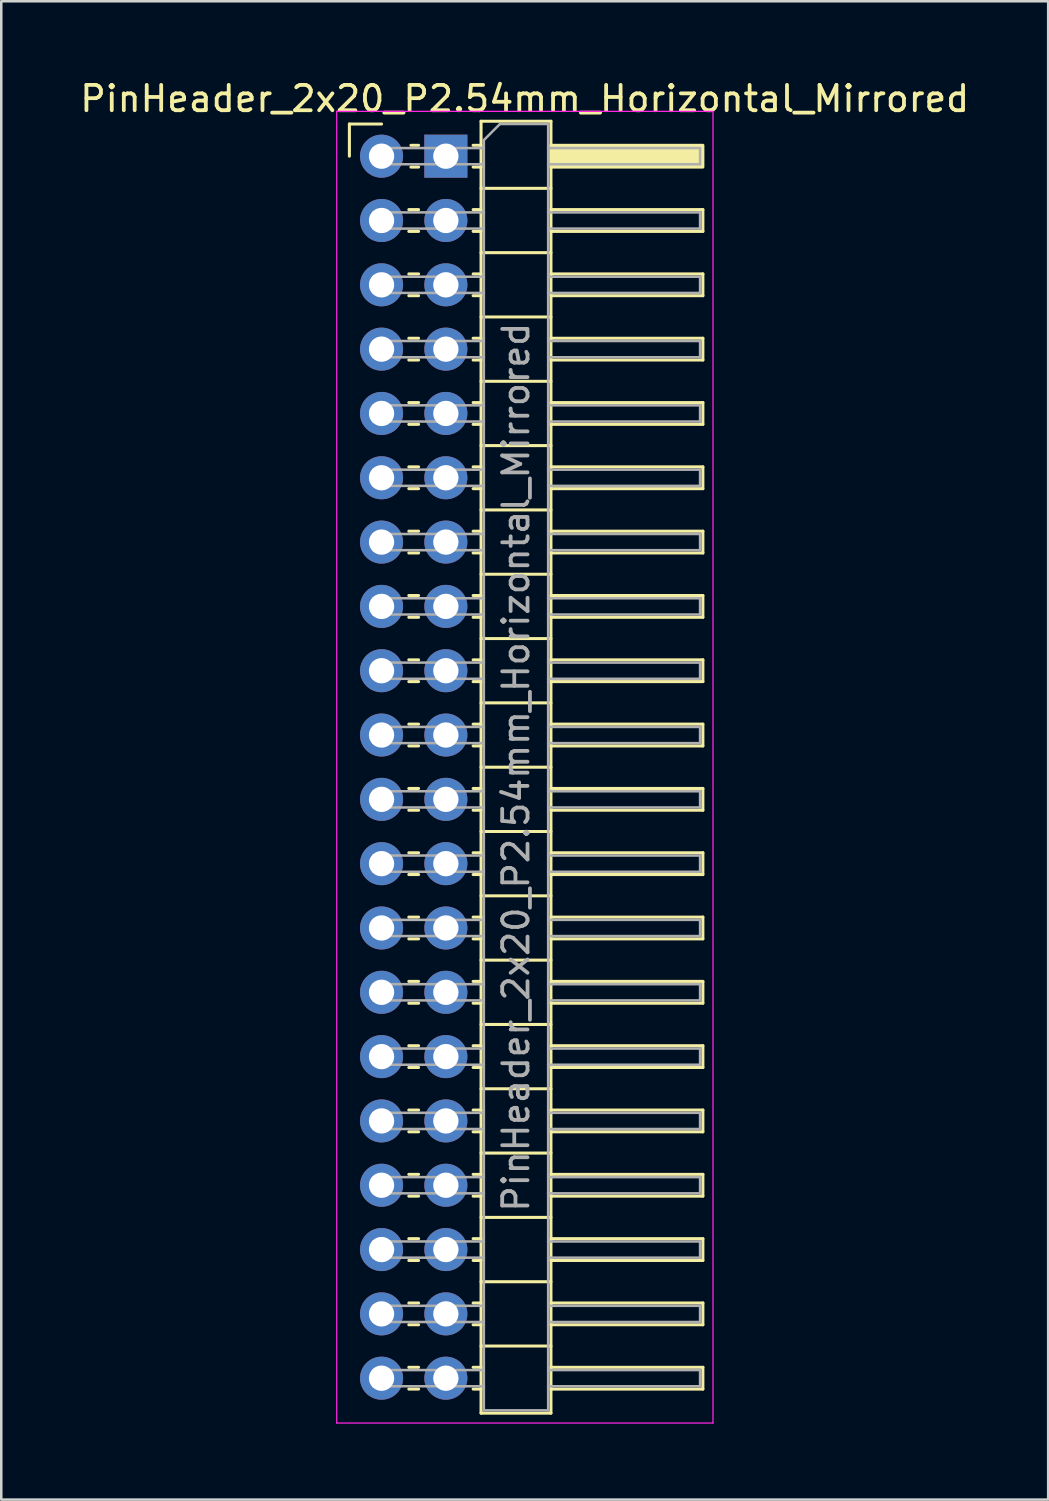
<source format=kicad_pcb>
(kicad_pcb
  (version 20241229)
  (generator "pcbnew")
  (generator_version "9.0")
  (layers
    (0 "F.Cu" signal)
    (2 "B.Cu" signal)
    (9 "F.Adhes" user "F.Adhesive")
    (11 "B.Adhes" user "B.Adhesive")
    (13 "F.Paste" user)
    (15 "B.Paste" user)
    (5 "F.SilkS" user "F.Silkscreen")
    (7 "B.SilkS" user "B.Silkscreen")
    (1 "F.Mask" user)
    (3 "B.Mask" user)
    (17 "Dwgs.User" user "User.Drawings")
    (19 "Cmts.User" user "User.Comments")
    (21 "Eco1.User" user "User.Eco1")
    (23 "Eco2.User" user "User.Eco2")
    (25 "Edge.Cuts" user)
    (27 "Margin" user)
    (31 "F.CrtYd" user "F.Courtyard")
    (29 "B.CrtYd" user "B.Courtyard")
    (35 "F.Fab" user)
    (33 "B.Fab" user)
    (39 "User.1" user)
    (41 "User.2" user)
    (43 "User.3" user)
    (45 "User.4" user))
  (footprint "PinHeader_2x20_P2.54mm_Horizontal_Mirrored"
    (layer "F.Cu")
    (at 12.018 3.118)
    (property "Reference" "PinHeader_2x20_P2.54mm_Horizontal_Mirrored" (at 5.655 -2.27 0) (layer "F.SilkS") (effects (font (size 1 1) (thickness 0.15))))
    (attr through_hole)
    (fp_line (start -1.27 -1.27) (end 0 -1.27) (stroke (width 0.12) (type solid)) (layer "F.SilkS"))
    (fp_line (start -1.27 0) (end -1.27 -1.27) (stroke (width 0.12) (type solid)) (layer "F.SilkS"))
    (fp_line (start 1.077 2.11) (end 1.463 2.11) (stroke (width 0.12) (type solid)) (layer "F.SilkS"))
    (fp_line (start 1.077 2.97) (end 1.463 2.97) (stroke (width 0.12) (type solid)) (layer "F.SilkS"))
    (fp_line (start 1.077 4.65) (end 1.463 4.65) (stroke (width 0.12) (type solid)) (layer "F.SilkS"))
    (fp_line (start 1.077 5.51) (end 1.463 5.51) (stroke (width 0.12) (type solid)) (layer "F.SilkS"))
    (fp_line (start 1.077 7.19) (end 1.463 7.19) (stroke (width 0.12) (type solid)) (layer "F.SilkS"))
    (fp_line (start 1.077 8.05) (end 1.463 8.05) (stroke (width 0.12) (type solid)) (layer "F.SilkS"))
    (fp_line (start 1.077 9.73) (end 1.463 9.73) (stroke (width 0.12) (type solid)) (layer "F.SilkS"))
    (fp_line (start 1.077 10.59) (end 1.463 10.59) (stroke (width 0.12) (type solid)) (layer "F.SilkS"))
    (fp_line (start 1.077 12.27) (end 1.463 12.27) (stroke (width 0.12) (type solid)) (layer "F.SilkS"))
    (fp_line (start 1.077 13.13) (end 1.463 13.13) (stroke (width 0.12) (type solid)) (layer "F.SilkS"))
    (fp_line (start 1.077 14.81) (end 1.463 14.81) (stroke (width 0.12) (type solid)) (layer "F.SilkS"))
    (fp_line (start 1.077 15.67) (end 1.463 15.67) (stroke (width 0.12) (type solid)) (layer "F.SilkS"))
    (fp_line (start 1.077 17.35) (end 1.463 17.35) (stroke (width 0.12) (type solid)) (layer "F.SilkS"))
    (fp_line (start 1.077 18.21) (end 1.463 18.21) (stroke (width 0.12) (type solid)) (layer "F.SilkS"))
    (fp_line (start 1.077 19.89) (end 1.463 19.89) (stroke (width 0.12) (type solid)) (layer "F.SilkS"))
    (fp_line (start 1.077 20.75) (end 1.463 20.75) (stroke (width 0.12) (type solid)) (layer "F.SilkS"))
    (fp_line (start 1.077 22.43) (end 1.463 22.43) (stroke (width 0.12) (type solid)) (layer "F.SilkS"))
    (fp_line (start 1.077 23.29) (end 1.463 23.29) (stroke (width 0.12) (type solid)) (layer "F.SilkS"))
    (fp_line (start 1.077 24.97) (end 1.463 24.97) (stroke (width 0.12) (type solid)) (layer "F.SilkS"))
    (fp_line (start 1.077 25.83) (end 1.463 25.83) (stroke (width 0.12) (type solid)) (layer "F.SilkS"))
    (fp_line (start 1.077 27.51) (end 1.463 27.51) (stroke (width 0.12) (type solid)) (layer "F.SilkS"))
    (fp_line (start 1.077 28.37) (end 1.463 28.37) (stroke (width 0.12) (type solid)) (layer "F.SilkS"))
    (fp_line (start 1.077 30.05) (end 1.463 30.05) (stroke (width 0.12) (type solid)) (layer "F.SilkS"))
    (fp_line (start 1.077 30.91) (end 1.463 30.91) (stroke (width 0.12) (type solid)) (layer "F.SilkS"))
    (fp_line (start 1.077 32.59) (end 1.463 32.59) (stroke (width 0.12) (type solid)) (layer "F.SilkS"))
    (fp_line (start 1.077 33.45) (end 1.463 33.45) (stroke (width 0.12) (type solid)) (layer "F.SilkS"))
    (fp_line (start 1.077 35.13) (end 1.463 35.13) (stroke (width 0.12) (type solid)) (layer "F.SilkS"))
    (fp_line (start 1.077 35.99) (end 1.463 35.99) (stroke (width 0.12) (type solid)) (layer "F.SilkS"))
    (fp_line (start 1.077 37.67) (end 1.463 37.67) (stroke (width 0.12) (type solid)) (layer "F.SilkS"))
    (fp_line (start 1.077 38.53) (end 1.463 38.53) (stroke (width 0.12) (type solid)) (layer "F.SilkS"))
    (fp_line (start 1.077 40.21) (end 1.463 40.21) (stroke (width 0.12) (type solid)) (layer "F.SilkS"))
    (fp_line (start 1.077 41.07) (end 1.463 41.07) (stroke (width 0.12) (type solid)) (layer "F.SilkS"))
    (fp_line (start 1.077 42.75) (end 1.463 42.75) (stroke (width 0.12) (type solid)) (layer "F.SilkS"))
    (fp_line (start 1.077 43.61) (end 1.463 43.61) (stroke (width 0.12) (type solid)) (layer "F.SilkS"))
    (fp_line (start 1.077 45.29) (end 1.463 45.29) (stroke (width 0.12) (type solid)) (layer "F.SilkS"))
    (fp_line (start 1.077 46.15) (end 1.463 46.15) (stroke (width 0.12) (type solid)) (layer "F.SilkS"))
    (fp_line (start 1.077 47.83) (end 1.463 47.83) (stroke (width 0.12) (type solid)) (layer "F.SilkS"))
    (fp_line (start 1.077 48.69) (end 1.463 48.69) (stroke (width 0.12) (type solid)) (layer "F.SilkS"))
    (fp_line (start 1.16 -0.43) (end 1.463 -0.43) (stroke (width 0.12) (type solid)) (layer "F.SilkS"))
    (fp_line (start 1.16 0.43) (end 1.463 0.43) (stroke (width 0.12) (type solid)) (layer "F.SilkS"))
    (fp_line (start 3.617 -0.43) (end 3.93 -0.43) (stroke (width 0.12) (type solid)) (layer "F.SilkS"))
    (fp_line (start 3.617 0.43) (end 3.93 0.43) (stroke (width 0.12) (type solid)) (layer "F.SilkS"))
    (fp_line (start 3.617 2.11) (end 3.93 2.11) (stroke (width 0.12) (type solid)) (layer "F.SilkS"))
    (fp_line (start 3.617 2.97) (end 3.93 2.97) (stroke (width 0.12) (type solid)) (layer "F.SilkS"))
    (fp_line (start 3.617 4.65) (end 3.93 4.65) (stroke (width 0.12) (type solid)) (layer "F.SilkS"))
    (fp_line (start 3.617 5.51) (end 3.93 5.51) (stroke (width 0.12) (type solid)) (layer "F.SilkS"))
    (fp_line (start 3.617 7.19) (end 3.93 7.19) (stroke (width 0.12) (type solid)) (layer "F.SilkS"))
    (fp_line (start 3.617 8.05) (end 3.93 8.05) (stroke (width 0.12) (type solid)) (layer "F.SilkS"))
    (fp_line (start 3.617 9.73) (end 3.93 9.73) (stroke (width 0.12) (type solid)) (layer "F.SilkS"))
    (fp_line (start 3.617 10.59) (end 3.93 10.59) (stroke (width 0.12) (type solid)) (layer "F.SilkS"))
    (fp_line (start 3.617 12.27) (end 3.93 12.27) (stroke (width 0.12) (type solid)) (layer "F.SilkS"))
    (fp_line (start 3.617 13.13) (end 3.93 13.13) (stroke (width 0.12) (type solid)) (layer "F.SilkS"))
    (fp_line (start 3.617 14.81) (end 3.93 14.81) (stroke (width 0.12) (type solid)) (layer "F.SilkS"))
    (fp_line (start 3.617 15.67) (end 3.93 15.67) (stroke (width 0.12) (type solid)) (layer "F.SilkS"))
    (fp_line (start 3.617 17.35) (end 3.93 17.35) (stroke (width 0.12) (type solid)) (layer "F.SilkS"))
    (fp_line (start 3.617 18.21) (end 3.93 18.21) (stroke (width 0.12) (type solid)) (layer "F.SilkS"))
    (fp_line (start 3.617 19.89) (end 3.93 19.89) (stroke (width 0.12) (type solid)) (layer "F.SilkS"))
    (fp_line (start 3.617 20.75) (end 3.93 20.75) (stroke (width 0.12) (type solid)) (layer "F.SilkS"))
    (fp_line (start 3.617 22.43) (end 3.93 22.43) (stroke (width 0.12) (type solid)) (layer "F.SilkS"))
    (fp_line (start 3.617 23.29) (end 3.93 23.29) (stroke (width 0.12) (type solid)) (layer "F.SilkS"))
    (fp_line (start 3.617 24.97) (end 3.93 24.97) (stroke (width 0.12) (type solid)) (layer "F.SilkS"))
    (fp_line (start 3.617 25.83) (end 3.93 25.83) (stroke (width 0.12) (type solid)) (layer "F.SilkS"))
    (fp_line (start 3.617 27.51) (end 3.93 27.51) (stroke (width 0.12) (type solid)) (layer "F.SilkS"))
    (fp_line (start 3.617 28.37) (end 3.93 28.37) (stroke (width 0.12) (type solid)) (layer "F.SilkS"))
    (fp_line (start 3.617 30.05) (end 3.93 30.05) (stroke (width 0.12) (type solid)) (layer "F.SilkS"))
    (fp_line (start 3.617 30.91) (end 3.93 30.91) (stroke (width 0.12) (type solid)) (layer "F.SilkS"))
    (fp_line (start 3.617 32.59) (end 3.93 32.59) (stroke (width 0.12) (type solid)) (layer "F.SilkS"))
    (fp_line (start 3.617 33.45) (end 3.93 33.45) (stroke (width 0.12) (type solid)) (layer "F.SilkS"))
    (fp_line (start 3.617 35.13) (end 3.93 35.13) (stroke (width 0.12) (type solid)) (layer "F.SilkS"))
    (fp_line (start 3.617 35.99) (end 3.93 35.99) (stroke (width 0.12) (type solid)) (layer "F.SilkS"))
    (fp_line (start 3.617 37.67) (end 3.93 37.67) (stroke (width 0.12) (type solid)) (layer "F.SilkS"))
    (fp_line (start 3.617 38.53) (end 3.93 38.53) (stroke (width 0.12) (type solid)) (layer "F.SilkS"))
    (fp_line (start 3.617 40.21) (end 3.93 40.21) (stroke (width 0.12) (type solid)) (layer "F.SilkS"))
    (fp_line (start 3.617 41.07) (end 3.93 41.07) (stroke (width 0.12) (type solid)) (layer "F.SilkS"))
    (fp_line (start 3.617 42.75) (end 3.93 42.75) (stroke (width 0.12) (type solid)) (layer "F.SilkS"))
    (fp_line (start 3.617 43.61) (end 3.93 43.61) (stroke (width 0.12) (type solid)) (layer "F.SilkS"))
    (fp_line (start 3.617 45.29) (end 3.93 45.29) (stroke (width 0.12) (type solid)) (layer "F.SilkS"))
    (fp_line (start 3.617 46.15) (end 3.93 46.15) (stroke (width 0.12) (type solid)) (layer "F.SilkS"))
    (fp_line (start 3.617 47.83) (end 3.93 47.83) (stroke (width 0.12) (type solid)) (layer "F.SilkS"))
    (fp_line (start 3.617 48.69) (end 3.93 48.69) (stroke (width 0.12) (type solid)) (layer "F.SilkS"))
    (fp_line (start 3.93 -1.38) (end 3.93 49.64) (stroke (width 0.12) (type solid)) (layer "F.SilkS"))
    (fp_line (start 3.93 1.27) (end 6.69 1.27) (stroke (width 0.12) (type solid)) (layer "F.SilkS"))
    (fp_line (start 3.93 3.81) (end 6.69 3.81) (stroke (width 0.12) (type solid)) (layer "F.SilkS"))
    (fp_line (start 3.93 6.35) (end 6.69 6.35) (stroke (width 0.12) (type solid)) (layer "F.SilkS"))
    (fp_line (start 3.93 8.89) (end 6.69 8.89) (stroke (width 0.12) (type solid)) (layer "F.SilkS"))
    (fp_line (start 3.93 11.43) (end 6.69 11.43) (stroke (width 0.12) (type solid)) (layer "F.SilkS"))
    (fp_line (start 3.93 13.97) (end 6.69 13.97) (stroke (width 0.12) (type solid)) (layer "F.SilkS"))
    (fp_line (start 3.93 16.51) (end 6.69 16.51) (stroke (width 0.12) (type solid)) (layer "F.SilkS"))
    (fp_line (start 3.93 19.05) (end 6.69 19.05) (stroke (width 0.12) (type solid)) (layer "F.SilkS"))
    (fp_line (start 3.93 21.59) (end 6.69 21.59) (stroke (width 0.12) (type solid)) (layer "F.SilkS"))
    (fp_line (start 3.93 24.13) (end 6.69 24.13) (stroke (width 0.12) (type solid)) (layer "F.SilkS"))
    (fp_line (start 3.93 26.67) (end 6.69 26.67) (stroke (width 0.12) (type solid)) (layer "F.SilkS"))
    (fp_line (start 3.93 29.21) (end 6.69 29.21) (stroke (width 0.12) (type solid)) (layer "F.SilkS"))
    (fp_line (start 3.93 31.75) (end 6.69 31.75) (stroke (width 0.12) (type solid)) (layer "F.SilkS"))
    (fp_line (start 3.93 34.29) (end 6.69 34.29) (stroke (width 0.12) (type solid)) (layer "F.SilkS"))
    (fp_line (start 3.93 36.83) (end 6.69 36.83) (stroke (width 0.12) (type solid)) (layer "F.SilkS"))
    (fp_line (start 3.93 39.37) (end 6.69 39.37) (stroke (width 0.12) (type solid)) (layer "F.SilkS"))
    (fp_line (start 3.93 41.91) (end 6.69 41.91) (stroke (width 0.12) (type solid)) (layer "F.SilkS"))
    (fp_line (start 3.93 44.45) (end 6.69 44.45) (stroke (width 0.12) (type solid)) (layer "F.SilkS"))
    (fp_line (start 3.93 46.99) (end 6.69 46.99) (stroke (width 0.12) (type solid)) (layer "F.SilkS"))
    (fp_line (start 3.93 49.64) (end 6.69 49.64) (stroke (width 0.12) (type solid)) (layer "F.SilkS"))
    (fp_line (start 6.69 -1.38) (end 3.93 -1.38) (stroke (width 0.12) (type solid)) (layer "F.SilkS"))
    (fp_line (start 6.69 2.11) (end 12.69 2.11) (stroke (width 0.12) (type solid)) (layer "F.SilkS"))
    (fp_line (start 6.69 4.65) (end 12.69 4.65) (stroke (width 0.12) (type solid)) (layer "F.SilkS"))
    (fp_line (start 6.69 7.19) (end 12.69 7.19) (stroke (width 0.12) (type solid)) (layer "F.SilkS"))
    (fp_line (start 6.69 9.73) (end 12.69 9.73) (stroke (width 0.12) (type solid)) (layer "F.SilkS"))
    (fp_line (start 6.69 12.27) (end 12.69 12.27) (stroke (width 0.12) (type solid)) (layer "F.SilkS"))
    (fp_line (start 6.69 14.81) (end 12.69 14.81) (stroke (width 0.12) (type solid)) (layer "F.SilkS"))
    (fp_line (start 6.69 17.35) (end 12.69 17.35) (stroke (width 0.12) (type solid)) (layer "F.SilkS"))
    (fp_line (start 6.69 19.89) (end 12.69 19.89) (stroke (width 0.12) (type solid)) (layer "F.SilkS"))
    (fp_line (start 6.69 22.43) (end 12.69 22.43) (stroke (width 0.12) (type solid)) (layer "F.SilkS"))
    (fp_line (start 6.69 24.97) (end 12.69 24.97) (stroke (width 0.12) (type solid)) (layer "F.SilkS"))
    (fp_line (start 6.69 27.51) (end 12.69 27.51) (stroke (width 0.12) (type solid)) (layer "F.SilkS"))
    (fp_line (start 6.69 30.05) (end 12.69 30.05) (stroke (width 0.12) (type solid)) (layer "F.SilkS"))
    (fp_line (start 6.69 32.59) (end 12.69 32.59) (stroke (width 0.12) (type solid)) (layer "F.SilkS"))
    (fp_line (start 6.69 35.13) (end 12.69 35.13) (stroke (width 0.12) (type solid)) (layer "F.SilkS"))
    (fp_line (start 6.69 37.67) (end 12.69 37.67) (stroke (width 0.12) (type solid)) (layer "F.SilkS"))
    (fp_line (start 6.69 40.21) (end 12.69 40.21) (stroke (width 0.12) (type solid)) (layer "F.SilkS"))
    (fp_line (start 6.69 42.75) (end 12.69 42.75) (stroke (width 0.12) (type solid)) (layer "F.SilkS"))
    (fp_line (start 6.69 45.29) (end 12.69 45.29) (stroke (width 0.12) (type solid)) (layer "F.SilkS"))
    (fp_line (start 6.69 47.83) (end 12.69 47.83) (stroke (width 0.12) (type solid)) (layer "F.SilkS"))
    (fp_line (start 6.69 49.64) (end 6.69 -1.38) (stroke (width 0.12) (type solid)) (layer "F.SilkS"))
    (fp_line (start 12.69 2.11) (end 12.69 2.97) (stroke (width 0.12) (type solid)) (layer "F.SilkS"))
    (fp_line (start 12.69 2.97) (end 6.69 2.97) (stroke (width 0.12) (type solid)) (layer "F.SilkS"))
    (fp_line (start 12.69 4.65) (end 12.69 5.51) (stroke (width 0.12) (type solid)) (layer "F.SilkS"))
    (fp_line (start 12.69 5.51) (end 6.69 5.51) (stroke (width 0.12) (type solid)) (layer "F.SilkS"))
    (fp_line (start 12.69 7.19) (end 12.69 8.05) (stroke (width 0.12) (type solid)) (layer "F.SilkS"))
    (fp_line (start 12.69 8.05) (end 6.69 8.05) (stroke (width 0.12) (type solid)) (layer "F.SilkS"))
    (fp_line (start 12.69 9.73) (end 12.69 10.59) (stroke (width 0.12) (type solid)) (layer "F.SilkS"))
    (fp_line (start 12.69 10.59) (end 6.69 10.59) (stroke (width 0.12) (type solid)) (layer "F.SilkS"))
    (fp_line (start 12.69 12.27) (end 12.69 13.13) (stroke (width 0.12) (type solid)) (layer "F.SilkS"))
    (fp_line (start 12.69 13.13) (end 6.69 13.13) (stroke (width 0.12) (type solid)) (layer "F.SilkS"))
    (fp_line (start 12.69 14.81) (end 12.69 15.67) (stroke (width 0.12) (type solid)) (layer "F.SilkS"))
    (fp_line (start 12.69 15.67) (end 6.69 15.67) (stroke (width 0.12) (type solid)) (layer "F.SilkS"))
    (fp_line (start 12.69 17.35) (end 12.69 18.21) (stroke (width 0.12) (type solid)) (layer "F.SilkS"))
    (fp_line (start 12.69 18.21) (end 6.69 18.21) (stroke (width 0.12) (type solid)) (layer "F.SilkS"))
    (fp_line (start 12.69 19.89) (end 12.69 20.75) (stroke (width 0.12) (type solid)) (layer "F.SilkS"))
    (fp_line (start 12.69 20.75) (end 6.69 20.75) (stroke (width 0.12) (type solid)) (layer "F.SilkS"))
    (fp_line (start 12.69 22.43) (end 12.69 23.29) (stroke (width 0.12) (type solid)) (layer "F.SilkS"))
    (fp_line (start 12.69 23.29) (end 6.69 23.29) (stroke (width 0.12) (type solid)) (layer "F.SilkS"))
    (fp_line (start 12.69 24.97) (end 12.69 25.83) (stroke (width 0.12) (type solid)) (layer "F.SilkS"))
    (fp_line (start 12.69 25.83) (end 6.69 25.83) (stroke (width 0.12) (type solid)) (layer "F.SilkS"))
    (fp_line (start 12.69 27.51) (end 12.69 28.37) (stroke (width 0.12) (type solid)) (layer "F.SilkS"))
    (fp_line (start 12.69 28.37) (end 6.69 28.37) (stroke (width 0.12) (type solid)) (layer "F.SilkS"))
    (fp_line (start 12.69 30.05) (end 12.69 30.91) (stroke (width 0.12) (type solid)) (layer "F.SilkS"))
    (fp_line (start 12.69 30.91) (end 6.69 30.91) (stroke (width 0.12) (type solid)) (layer "F.SilkS"))
    (fp_line (start 12.69 32.59) (end 12.69 33.45) (stroke (width 0.12) (type solid)) (layer "F.SilkS"))
    (fp_line (start 12.69 33.45) (end 6.69 33.45) (stroke (width 0.12) (type solid)) (layer "F.SilkS"))
    (fp_line (start 12.69 35.13) (end 12.69 35.99) (stroke (width 0.12) (type solid)) (layer "F.SilkS"))
    (fp_line (start 12.69 35.99) (end 6.69 35.99) (stroke (width 0.12) (type solid)) (layer "F.SilkS"))
    (fp_line (start 12.69 37.67) (end 12.69 38.53) (stroke (width 0.12) (type solid)) (layer "F.SilkS"))
    (fp_line (start 12.69 38.53) (end 6.69 38.53) (stroke (width 0.12) (type solid)) (layer "F.SilkS"))
    (fp_line (start 12.69 40.21) (end 12.69 41.07) (stroke (width 0.12) (type solid)) (layer "F.SilkS"))
    (fp_line (start 12.69 41.07) (end 6.69 41.07) (stroke (width 0.12) (type solid)) (layer "F.SilkS"))
    (fp_line (start 12.69 42.75) (end 12.69 43.61) (stroke (width 0.12) (type solid)) (layer "F.SilkS"))
    (fp_line (start 12.69 43.61) (end 6.69 43.61) (stroke (width 0.12) (type solid)) (layer "F.SilkS"))
    (fp_line (start 12.69 45.29) (end 12.69 46.15) (stroke (width 0.12) (type solid)) (layer "F.SilkS"))
    (fp_line (start 12.69 46.15) (end 6.69 46.15) (stroke (width 0.12) (type solid)) (layer "F.SilkS"))
    (fp_line (start 12.69 47.83) (end 12.69 48.69) (stroke (width 0.12) (type solid)) (layer "F.SilkS"))
    (fp_line (start 12.69 48.69) (end 6.69 48.69) (stroke (width 0.12) (type solid)) (layer "F.SilkS"))
    (fp_rect (start 6.69 -0.43) (end 12.69 0.43) (stroke (width 0.12) (type solid)) (fill yes) (layer "F.SilkS"))
    (fp_line (start -1.77 -1.77) (end -1.77 50.03) (stroke (width 0.05) (type solid)) (layer "F.CrtYd"))
    (fp_line (start -1.77 50.03) (end 13.09 50.03) (stroke (width 0.05) (type solid)) (layer "F.CrtYd"))
    (fp_line (start 13.09 -1.77) (end -1.77 -1.77) (stroke (width 0.05) (type solid)) (layer "F.CrtYd"))
    (fp_line (start 13.09 50.03) (end 13.09 -1.77) (stroke (width 0.05) (type solid)) (layer "F.CrtYd"))
    (fp_line (start -0.32 -0.32) (end -0.32 0.32) (stroke (width 0.1) (type solid)) (layer "F.Fab"))
    (fp_line (start -0.32 -0.32) (end 4.04 -0.32) (stroke (width 0.1) (type solid)) (layer "F.Fab"))
    (fp_line (start -0.32 0.32) (end 4.04 0.32) (stroke (width 0.1) (type solid)) (layer "F.Fab"))
    (fp_line (start -0.32 2.22) (end -0.32 2.86) (stroke (width 0.1) (type solid)) (layer "F.Fab"))
    (fp_line (start -0.32 2.22) (end 4.04 2.22) (stroke (width 0.1) (type solid)) (layer "F.Fab"))
    (fp_line (start -0.32 2.86) (end 4.04 2.86) (stroke (width 0.1) (type solid)) (layer "F.Fab"))
    (fp_line (start -0.32 4.76) (end -0.32 5.4) (stroke (width 0.1) (type solid)) (layer "F.Fab"))
    (fp_line (start -0.32 4.76) (end 4.04 4.76) (stroke (width 0.1) (type solid)) (layer "F.Fab"))
    (fp_line (start -0.32 5.4) (end 4.04 5.4) (stroke (width 0.1) (type solid)) (layer "F.Fab"))
    (fp_line (start -0.32 7.3) (end -0.32 7.94) (stroke (width 0.1) (type solid)) (layer "F.Fab"))
    (fp_line (start -0.32 7.3) (end 4.04 7.3) (stroke (width 0.1) (type solid)) (layer "F.Fab"))
    (fp_line (start -0.32 7.94) (end 4.04 7.94) (stroke (width 0.1) (type solid)) (layer "F.Fab"))
    (fp_line (start -0.32 9.84) (end -0.32 10.48) (stroke (width 0.1) (type solid)) (layer "F.Fab"))
    (fp_line (start -0.32 9.84) (end 4.04 9.84) (stroke (width 0.1) (type solid)) (layer "F.Fab"))
    (fp_line (start -0.32 10.48) (end 4.04 10.48) (stroke (width 0.1) (type solid)) (layer "F.Fab"))
    (fp_line (start -0.32 12.38) (end -0.32 13.02) (stroke (width 0.1) (type solid)) (layer "F.Fab"))
    (fp_line (start -0.32 12.38) (end 4.04 12.38) (stroke (width 0.1) (type solid)) (layer "F.Fab"))
    (fp_line (start -0.32 13.02) (end 4.04 13.02) (stroke (width 0.1) (type solid)) (layer "F.Fab"))
    (fp_line (start -0.32 14.92) (end -0.32 15.56) (stroke (width 0.1) (type solid)) (layer "F.Fab"))
    (fp_line (start -0.32 14.92) (end 4.04 14.92) (stroke (width 0.1) (type solid)) (layer "F.Fab"))
    (fp_line (start -0.32 15.56) (end 4.04 15.56) (stroke (width 0.1) (type solid)) (layer "F.Fab"))
    (fp_line (start -0.32 17.46) (end -0.32 18.1) (stroke (width 0.1) (type solid)) (layer "F.Fab"))
    (fp_line (start -0.32 17.46) (end 4.04 17.46) (stroke (width 0.1) (type solid)) (layer "F.Fab"))
    (fp_line (start -0.32 18.1) (end 4.04 18.1) (stroke (width 0.1) (type solid)) (layer "F.Fab"))
    (fp_line (start -0.32 20) (end -0.32 20.64) (stroke (width 0.1) (type solid)) (layer "F.Fab"))
    (fp_line (start -0.32 20) (end 4.04 20) (stroke (width 0.1) (type solid)) (layer "F.Fab"))
    (fp_line (start -0.32 20.64) (end 4.04 20.64) (stroke (width 0.1) (type solid)) (layer "F.Fab"))
    (fp_line (start -0.32 22.54) (end -0.32 23.18) (stroke (width 0.1) (type solid)) (layer "F.Fab"))
    (fp_line (start -0.32 22.54) (end 4.04 22.54) (stroke (width 0.1) (type solid)) (layer "F.Fab"))
    (fp_line (start -0.32 23.18) (end 4.04 23.18) (stroke (width 0.1) (type solid)) (layer "F.Fab"))
    (fp_line (start -0.32 25.08) (end -0.32 25.72) (stroke (width 0.1) (type solid)) (layer "F.Fab"))
    (fp_line (start -0.32 25.08) (end 4.04 25.08) (stroke (width 0.1) (type solid)) (layer "F.Fab"))
    (fp_line (start -0.32 25.72) (end 4.04 25.72) (stroke (width 0.1) (type solid)) (layer "F.Fab"))
    (fp_line (start -0.32 27.62) (end -0.32 28.26) (stroke (width 0.1) (type solid)) (layer "F.Fab"))
    (fp_line (start -0.32 27.62) (end 4.04 27.62) (stroke (width 0.1) (type solid)) (layer "F.Fab"))
    (fp_line (start -0.32 28.26) (end 4.04 28.26) (stroke (width 0.1) (type solid)) (layer "F.Fab"))
    (fp_line (start -0.32 30.16) (end -0.32 30.8) (stroke (width 0.1) (type solid)) (layer "F.Fab"))
    (fp_line (start -0.32 30.16) (end 4.04 30.16) (stroke (width 0.1) (type solid)) (layer "F.Fab"))
    (fp_line (start -0.32 30.8) (end 4.04 30.8) (stroke (width 0.1) (type solid)) (layer "F.Fab"))
    (fp_line (start -0.32 32.7) (end -0.32 33.34) (stroke (width 0.1) (type solid)) (layer "F.Fab"))
    (fp_line (start -0.32 32.7) (end 4.04 32.7) (stroke (width 0.1) (type solid)) (layer "F.Fab"))
    (fp_line (start -0.32 33.34) (end 4.04 33.34) (stroke (width 0.1) (type solid)) (layer "F.Fab"))
    (fp_line (start -0.32 35.24) (end -0.32 35.88) (stroke (width 0.1) (type solid)) (layer "F.Fab"))
    (fp_line (start -0.32 35.24) (end 4.04 35.24) (stroke (width 0.1) (type solid)) (layer "F.Fab"))
    (fp_line (start -0.32 35.88) (end 4.04 35.88) (stroke (width 0.1) (type solid)) (layer "F.Fab"))
    (fp_line (start -0.32 37.78) (end -0.32 38.42) (stroke (width 0.1) (type solid)) (layer "F.Fab"))
    (fp_line (start -0.32 37.78) (end 4.04 37.78) (stroke (width 0.1) (type solid)) (layer "F.Fab"))
    (fp_line (start -0.32 38.42) (end 4.04 38.42) (stroke (width 0.1) (type solid)) (layer "F.Fab"))
    (fp_line (start -0.32 40.32) (end -0.32 40.96) (stroke (width 0.1) (type solid)) (layer "F.Fab"))
    (fp_line (start -0.32 40.32) (end 4.04 40.32) (stroke (width 0.1) (type solid)) (layer "F.Fab"))
    (fp_line (start -0.32 40.96) (end 4.04 40.96) (stroke (width 0.1) (type solid)) (layer "F.Fab"))
    (fp_line (start -0.32 42.86) (end -0.32 43.5) (stroke (width 0.1) (type solid)) (layer "F.Fab"))
    (fp_line (start -0.32 42.86) (end 4.04 42.86) (stroke (width 0.1) (type solid)) (layer "F.Fab"))
    (fp_line (start -0.32 43.5) (end 4.04 43.5) (stroke (width 0.1) (type solid)) (layer "F.Fab"))
    (fp_line (start -0.32 45.4) (end -0.32 46.04) (stroke (width 0.1) (type solid)) (layer "F.Fab"))
    (fp_line (start -0.32 45.4) (end 4.04 45.4) (stroke (width 0.1) (type solid)) (layer "F.Fab"))
    (fp_line (start -0.32 46.04) (end 4.04 46.04) (stroke (width 0.1) (type solid)) (layer "F.Fab"))
    (fp_line (start -0.32 47.94) (end -0.32 48.58) (stroke (width 0.1) (type solid)) (layer "F.Fab"))
    (fp_line (start -0.32 47.94) (end 4.04 47.94) (stroke (width 0.1) (type solid)) (layer "F.Fab"))
    (fp_line (start -0.32 48.58) (end 4.04 48.58) (stroke (width 0.1) (type solid)) (layer "F.Fab"))
    (fp_line (start 4.04 -0.635) (end 4.675 -1.27) (stroke (width 0.1) (type solid)) (layer "F.Fab"))
    (fp_line (start 4.04 49.53) (end 4.04 -0.635) (stroke (width 0.1) (type solid)) (layer "F.Fab"))
    (fp_line (start 4.675 -1.27) (end 6.58 -1.27) (stroke (width 0.1) (type solid)) (layer "F.Fab"))
    (fp_line (start 6.58 -1.27) (end 6.58 49.53) (stroke (width 0.1) (type solid)) (layer "F.Fab"))
    (fp_line (start 6.58 -0.32) (end 12.58 -0.32) (stroke (width 0.1) (type solid)) (layer "F.Fab"))
    (fp_line (start 6.58 0.32) (end 12.58 0.32) (stroke (width 0.1) (type solid)) (layer "F.Fab"))
    (fp_line (start 6.58 2.22) (end 12.58 2.22) (stroke (width 0.1) (type solid)) (layer "F.Fab"))
    (fp_line (start 6.58 2.86) (end 12.58 2.86) (stroke (width 0.1) (type solid)) (layer "F.Fab"))
    (fp_line (start 6.58 4.76) (end 12.58 4.76) (stroke (width 0.1) (type solid)) (layer "F.Fab"))
    (fp_line (start 6.58 5.4) (end 12.58 5.4) (stroke (width 0.1) (type solid)) (layer "F.Fab"))
    (fp_line (start 6.58 7.3) (end 12.58 7.3) (stroke (width 0.1) (type solid)) (layer "F.Fab"))
    (fp_line (start 6.58 7.94) (end 12.58 7.94) (stroke (width 0.1) (type solid)) (layer "F.Fab"))
    (fp_line (start 6.58 9.84) (end 12.58 9.84) (stroke (width 0.1) (type solid)) (layer "F.Fab"))
    (fp_line (start 6.58 10.48) (end 12.58 10.48) (stroke (width 0.1) (type solid)) (layer "F.Fab"))
    (fp_line (start 6.58 12.38) (end 12.58 12.38) (stroke (width 0.1) (type solid)) (layer "F.Fab"))
    (fp_line (start 6.58 13.02) (end 12.58 13.02) (stroke (width 0.1) (type solid)) (layer "F.Fab"))
    (fp_line (start 6.58 14.92) (end 12.58 14.92) (stroke (width 0.1) (type solid)) (layer "F.Fab"))
    (fp_line (start 6.58 15.56) (end 12.58 15.56) (stroke (width 0.1) (type solid)) (layer "F.Fab"))
    (fp_line (start 6.58 17.46) (end 12.58 17.46) (stroke (width 0.1) (type solid)) (layer "F.Fab"))
    (fp_line (start 6.58 18.1) (end 12.58 18.1) (stroke (width 0.1) (type solid)) (layer "F.Fab"))
    (fp_line (start 6.58 20) (end 12.58 20) (stroke (width 0.1) (type solid)) (layer "F.Fab"))
    (fp_line (start 6.58 20.64) (end 12.58 20.64) (stroke (width 0.1) (type solid)) (layer "F.Fab"))
    (fp_line (start 6.58 22.54) (end 12.58 22.54) (stroke (width 0.1) (type solid)) (layer "F.Fab"))
    (fp_line (start 6.58 23.18) (end 12.58 23.18) (stroke (width 0.1) (type solid)) (layer "F.Fab"))
    (fp_line (start 6.58 25.08) (end 12.58 25.08) (stroke (width 0.1) (type solid)) (layer "F.Fab"))
    (fp_line (start 6.58 25.72) (end 12.58 25.72) (stroke (width 0.1) (type solid)) (layer "F.Fab"))
    (fp_line (start 6.58 27.62) (end 12.58 27.62) (stroke (width 0.1) (type solid)) (layer "F.Fab"))
    (fp_line (start 6.58 28.26) (end 12.58 28.26) (stroke (width 0.1) (type solid)) (layer "F.Fab"))
    (fp_line (start 6.58 30.16) (end 12.58 30.16) (stroke (width 0.1) (type solid)) (layer "F.Fab"))
    (fp_line (start 6.58 30.8) (end 12.58 30.8) (stroke (width 0.1) (type solid)) (layer "F.Fab"))
    (fp_line (start 6.58 32.7) (end 12.58 32.7) (stroke (width 0.1) (type solid)) (layer "F.Fab"))
    (fp_line (start 6.58 33.34) (end 12.58 33.34) (stroke (width 0.1) (type solid)) (layer "F.Fab"))
    (fp_line (start 6.58 35.24) (end 12.58 35.24) (stroke (width 0.1) (type solid)) (layer "F.Fab"))
    (fp_line (start 6.58 35.88) (end 12.58 35.88) (stroke (width 0.1) (type solid)) (layer "F.Fab"))
    (fp_line (start 6.58 37.78) (end 12.58 37.78) (stroke (width 0.1) (type solid)) (layer "F.Fab"))
    (fp_line (start 6.58 38.42) (end 12.58 38.42) (stroke (width 0.1) (type solid)) (layer "F.Fab"))
    (fp_line (start 6.58 40.32) (end 12.58 40.32) (stroke (width 0.1) (type solid)) (layer "F.Fab"))
    (fp_line (start 6.58 40.96) (end 12.58 40.96) (stroke (width 0.1) (type solid)) (layer "F.Fab"))
    (fp_line (start 6.58 42.86) (end 12.58 42.86) (stroke (width 0.1) (type solid)) (layer "F.Fab"))
    (fp_line (start 6.58 43.5) (end 12.58 43.5) (stroke (width 0.1) (type solid)) (layer "F.Fab"))
    (fp_line (start 6.58 45.4) (end 12.58 45.4) (stroke (width 0.1) (type solid)) (layer "F.Fab"))
    (fp_line (start 6.58 46.04) (end 12.58 46.04) (stroke (width 0.1) (type solid)) (layer "F.Fab"))
    (fp_line (start 6.58 47.94) (end 12.58 47.94) (stroke (width 0.1) (type solid)) (layer "F.Fab"))
    (fp_line (start 6.58 48.58) (end 12.58 48.58) (stroke (width 0.1) (type solid)) (layer "F.Fab"))
    (fp_line (start 6.58 49.53) (end 4.04 49.53) (stroke (width 0.1) (type solid)) (layer "F.Fab"))
    (fp_line (start 12.58 -0.32) (end 12.58 0.32) (stroke (width 0.1) (type solid)) (layer "F.Fab"))
    (fp_line (start 12.58 2.22) (end 12.58 2.86) (stroke (width 0.1) (type solid)) (layer "F.Fab"))
    (fp_line (start 12.58 4.76) (end 12.58 5.4) (stroke (width 0.1) (type solid)) (layer "F.Fab"))
    (fp_line (start 12.58 7.3) (end 12.58 7.94) (stroke (width 0.1) (type solid)) (layer "F.Fab"))
    (fp_line (start 12.58 9.84) (end 12.58 10.48) (stroke (width 0.1) (type solid)) (layer "F.Fab"))
    (fp_line (start 12.58 12.38) (end 12.58 13.02) (stroke (width 0.1) (type solid)) (layer "F.Fab"))
    (fp_line (start 12.58 14.92) (end 12.58 15.56) (stroke (width 0.1) (type solid)) (layer "F.Fab"))
    (fp_line (start 12.58 17.46) (end 12.58 18.1) (stroke (width 0.1) (type solid)) (layer "F.Fab"))
    (fp_line (start 12.58 20) (end 12.58 20.64) (stroke (width 0.1) (type solid)) (layer "F.Fab"))
    (fp_line (start 12.58 22.54) (end 12.58 23.18) (stroke (width 0.1) (type solid)) (layer "F.Fab"))
    (fp_line (start 12.58 25.08) (end 12.58 25.72) (stroke (width 0.1) (type solid)) (layer "F.Fab"))
    (fp_line (start 12.58 27.62) (end 12.58 28.26) (stroke (width 0.1) (type solid)) (layer "F.Fab"))
    (fp_line (start 12.58 30.16) (end 12.58 30.8) (stroke (width 0.1) (type solid)) (layer "F.Fab"))
    (fp_line (start 12.58 32.7) (end 12.58 33.34) (stroke (width 0.1) (type solid)) (layer "F.Fab"))
    (fp_line (start 12.58 35.24) (end 12.58 35.88) (stroke (width 0.1) (type solid)) (layer "F.Fab"))
    (fp_line (start 12.58 37.78) (end 12.58 38.42) (stroke (width 0.1) (type solid)) (layer "F.Fab"))
    (fp_line (start 12.58 40.32) (end 12.58 40.96) (stroke (width 0.1) (type solid)) (layer "F.Fab"))
    (fp_line (start 12.58 42.86) (end 12.58 43.5) (stroke (width 0.1) (type solid)) (layer "F.Fab"))
    (fp_line (start 12.58 45.4) (end 12.58 46.04) (stroke (width 0.1) (type solid)) (layer "F.Fab"))
    (fp_line (start 12.58 47.94) (end 12.58 48.58) (stroke (width 0.1) (type solid)) (layer "F.Fab"))
    (fp_text user "${REFERENCE}" (at 5.31 24.13 270) (layer "F.Fab") (effects (font (size 1 1) (thickness 0.15))))
    (pad "1" thru_hole rect (at 2.54 0) (size 1.7 1.7) (drill 1) (layers "*.Cu" "*.Mask"))
    (pad "2" thru_hole circle (at 0 0) (size 1.7 1.7) (drill 1) (layers "*.Cu" "*.Mask"))
    (pad "3" thru_hole circle (at 2.54 2.54) (size 1.7 1.7) (drill 1) (layers "*.Cu" "*.Mask"))
    (pad "4" thru_hole circle (at 0 2.54) (size 1.7 1.7) (drill 1) (layers "*.Cu" "*.Mask"))
    (pad "5" thru_hole circle (at 2.54 5.08) (size 1.7 1.7) (drill 1) (layers "*.Cu" "*.Mask"))
    (pad "6" thru_hole circle (at 0 5.08) (size 1.7 1.7) (drill 1) (layers "*.Cu" "*.Mask"))
    (pad "7" thru_hole circle (at 2.54 7.62) (size 1.7 1.7) (drill 1) (layers "*.Cu" "*.Mask"))
    (pad "8" thru_hole circle (at 0 7.62) (size 1.7 1.7) (drill 1) (layers "*.Cu" "*.Mask"))
    (pad "9" thru_hole circle (at 2.54 10.16) (size 1.7 1.7) (drill 1) (layers "*.Cu" "*.Mask"))
    (pad "10" thru_hole circle (at 0 10.16) (size 1.7 1.7) (drill 1) (layers "*.Cu" "*.Mask"))
    (pad "11" thru_hole circle (at 2.54 12.7) (size 1.7 1.7) (drill 1) (layers "*.Cu" "*.Mask"))
    (pad "12" thru_hole circle (at 0 12.7) (size 1.7 1.7) (drill 1) (layers "*.Cu" "*.Mask"))
    (pad "13" thru_hole circle (at 2.54 15.24) (size 1.7 1.7) (drill 1) (layers "*.Cu" "*.Mask"))
    (pad "14" thru_hole circle (at 0 15.24) (size 1.7 1.7) (drill 1) (layers "*.Cu" "*.Mask"))
    (pad "15" thru_hole circle (at 2.54 17.78) (size 1.7 1.7) (drill 1) (layers "*.Cu" "*.Mask"))
    (pad "16" thru_hole circle (at 0 17.78) (size 1.7 1.7) (drill 1) (layers "*.Cu" "*.Mask"))
    (pad "17" thru_hole circle (at 2.54 20.32) (size 1.7 1.7) (drill 1) (layers "*.Cu" "*.Mask"))
    (pad "18" thru_hole circle (at 0 20.32) (size 1.7 1.7) (drill 1) (layers "*.Cu" "*.Mask"))
    (pad "19" thru_hole circle (at 2.54 22.86) (size 1.7 1.7) (drill 1) (layers "*.Cu" "*.Mask"))
    (pad "20" thru_hole circle (at 0 22.86) (size 1.7 1.7) (drill 1) (layers "*.Cu" "*.Mask"))
    (pad "21" thru_hole circle (at 2.54 25.4) (size 1.7 1.7) (drill 1) (layers "*.Cu" "*.Mask"))
    (pad "22" thru_hole circle (at 0 25.4) (size 1.7 1.7) (drill 1) (layers "*.Cu" "*.Mask"))
    (pad "23" thru_hole circle (at 2.54 27.94) (size 1.7 1.7) (drill 1) (layers "*.Cu" "*.Mask"))
    (pad "24" thru_hole circle (at 0 27.94) (size 1.7 1.7) (drill 1) (layers "*.Cu" "*.Mask"))
    (pad "25" thru_hole circle (at 2.54 30.48) (size 1.7 1.7) (drill 1) (layers "*.Cu" "*.Mask"))
    (pad "26" thru_hole circle (at 0 30.48) (size 1.7 1.7) (drill 1) (layers "*.Cu" "*.Mask"))
    (pad "27" thru_hole circle (at 2.54 33.02) (size 1.7 1.7) (drill 1) (layers "*.Cu" "*.Mask"))
    (pad "28" thru_hole circle (at 0 33.02) (size 1.7 1.7) (drill 1) (layers "*.Cu" "*.Mask"))
    (pad "29" thru_hole circle (at 2.54 35.56) (size 1.7 1.7) (drill 1) (layers "*.Cu" "*.Mask"))
    (pad "30" thru_hole circle (at 0 35.56) (size 1.7 1.7) (drill 1) (layers "*.Cu" "*.Mask"))
    (pad "31" thru_hole circle (at 2.54 38.1) (size 1.7 1.7) (drill 1) (layers "*.Cu" "*.Mask"))
    (pad "32" thru_hole circle (at 0 38.1) (size 1.7 1.7) (drill 1) (layers "*.Cu" "*.Mask"))
    (pad "33" thru_hole circle (at 2.54 40.64) (size 1.7 1.7) (drill 1) (layers "*.Cu" "*.Mask"))
    (pad "34" thru_hole circle (at 0 40.64) (size 1.7 1.7) (drill 1) (layers "*.Cu" "*.Mask"))
    (pad "35" thru_hole circle (at 2.54 43.18) (size 1.7 1.7) (drill 1) (layers "*.Cu" "*.Mask"))
    (pad "36" thru_hole circle (at 0 43.18) (size 1.7 1.7) (drill 1) (layers "*.Cu" "*.Mask"))
    (pad "37" thru_hole circle (at 2.54 45.72) (size 1.7 1.7) (drill 1) (layers "*.Cu" "*.Mask"))
    (pad "38" thru_hole circle (at 0 45.72) (size 1.7 1.7) (drill 1) (layers "*.Cu" "*.Mask"))
    (pad "39" thru_hole circle (at 2.54 48.26) (size 1.7 1.7) (drill 1) (layers "*.Cu" "*.Mask"))
    (pad "40" thru_hole circle (at 0 48.26) (size 1.7 1.7) (drill 1) (layers "*.Cu" "*.Mask")))
  (gr_rect
    (start -3 -3)
    (end 38.345 56.173)
    (stroke (width 0.1) (type default))
    (fill no)
    (layer "Edge.Cuts")))
</source>
